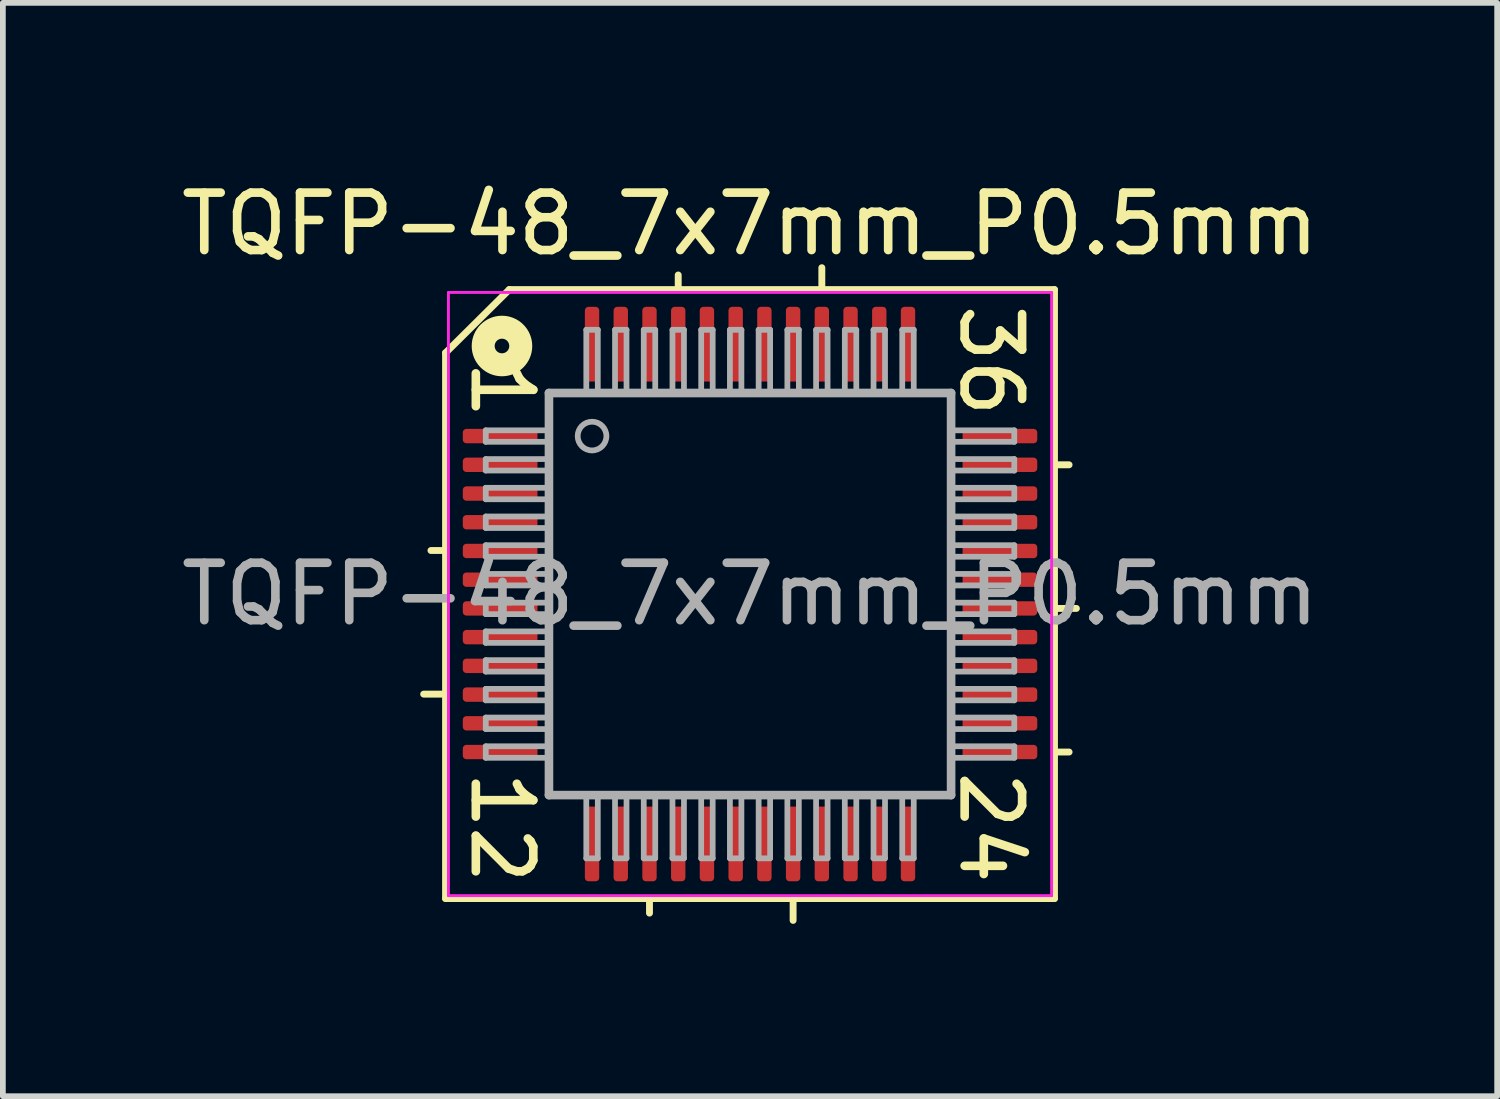
<source format=kicad_pcb>
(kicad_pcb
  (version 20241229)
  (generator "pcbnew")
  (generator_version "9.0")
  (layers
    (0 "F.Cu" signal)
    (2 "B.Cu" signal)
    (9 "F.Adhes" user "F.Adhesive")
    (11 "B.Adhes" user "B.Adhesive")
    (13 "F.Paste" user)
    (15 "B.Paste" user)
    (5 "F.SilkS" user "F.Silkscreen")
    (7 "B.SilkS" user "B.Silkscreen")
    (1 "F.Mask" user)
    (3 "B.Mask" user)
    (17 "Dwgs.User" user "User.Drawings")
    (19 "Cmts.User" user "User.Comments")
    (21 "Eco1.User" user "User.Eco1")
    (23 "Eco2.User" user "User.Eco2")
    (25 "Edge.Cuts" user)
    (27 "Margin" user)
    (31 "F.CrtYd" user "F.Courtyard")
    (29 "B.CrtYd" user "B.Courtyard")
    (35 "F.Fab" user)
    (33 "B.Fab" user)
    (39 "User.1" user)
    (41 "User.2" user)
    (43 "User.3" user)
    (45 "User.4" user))
  (footprint "TQFP-48_7x7mm_P0.5mm"
    (layer "F.Cu")
    (at 10.006 7.291)
    (property "Reference" "TQFP-48_7x7mm_P0.5mm" (at 0 -6.443 0) (layer "F.SilkS") (effects (font (size 1 1) (thickness 0.15))))
    (attr smd)
    (fp_line (start -5.3 -4.199) (end -5.3 5.3) (stroke (width 0.12) (type solid)) (layer "F.SilkS"))
    (fp_line (start -5.3 -0.758) (end -5.554 -0.758) (stroke (width 0.12) (type solid)) (layer "F.SilkS"))
    (fp_line (start -5.3 1.742) (end -5.681 1.742) (stroke (width 0.12) (type solid)) (layer "F.SilkS"))
    (fp_line (start -5.3 5.3) (end 5.3 5.3) (stroke (width 0.12) (type solid)) (layer "F.SilkS"))
    (fp_line (start -4.191 -5.3) (end -5.3 -4.199) (stroke (width 0.12) (type solid)) (layer "F.SilkS"))
    (fp_line (start -1.75 5.3) (end -1.75 5.554) (stroke (width 0.12) (type solid)) (layer "F.SilkS"))
    (fp_line (start -1.25 -5.3) (end -1.25 -5.554) (stroke (width 0.12) (type solid)) (layer "F.SilkS"))
    (fp_line (start 0.75 5.3) (end 0.75 5.681) (stroke (width 0.12) (type solid)) (layer "F.SilkS"))
    (fp_line (start 1.25 -5.3) (end 1.25 -5.681) (stroke (width 0.12) (type solid)) (layer "F.SilkS"))
    (fp_line (start 5.3 -5.3) (end -4.191 -5.3) (stroke (width 0.12) (type solid)) (layer "F.SilkS"))
    (fp_line (start 5.3 -2.25) (end 5.554 -2.25) (stroke (width 0.12) (type solid)) (layer "F.SilkS"))
    (fp_line (start 5.3 0.25) (end 5.681 0.25) (stroke (width 0.12) (type solid)) (layer "F.SilkS"))
    (fp_line (start 5.3 2.75) (end 5.554 2.75) (stroke (width 0.12) (type solid)) (layer "F.SilkS"))
    (fp_line (start 5.3 5.3) (end 5.3 -5.3) (stroke (width 0.12) (type solid)) (layer "F.SilkS"))
    (fp_circle (center -4.318 -4.318) (end -4.191 -4.318) (stroke (width 0.4) (type solid)) (fill no) (layer "F.SilkS"))
    (fp_line (start -5.25 -5.25) (end -5.25 5.25) (stroke (width 0.05) (type solid)) (layer "F.CrtYd"))
    (fp_line (start -5.25 -5.25) (end 5.25 -5.25) (stroke (width 0.05) (type solid)) (layer "F.CrtYd"))
    (fp_line (start -5.25 5.25) (end 5.25 5.25) (stroke (width 0.05) (type solid)) (layer "F.CrtYd"))
    (fp_line (start 5.25 -5.25) (end 5.25 5.25) (stroke (width 0.05) (type solid)) (layer "F.CrtYd"))
    (fp_line (start -4.6 -2.85) (end -4.6 -2.65) (stroke (width 0.1) (type solid)) (layer "F.Fab"))
    (fp_line (start -4.6 -2.85) (end -3.5 -2.85) (stroke (width 0.1) (type solid)) (layer "F.Fab"))
    (fp_line (start -4.6 -2.65) (end -3.5 -2.65) (stroke (width 0.1) (type solid)) (layer "F.Fab"))
    (fp_line (start -4.6 -2.35) (end -4.6 -2.15) (stroke (width 0.1) (type solid)) (layer "F.Fab"))
    (fp_line (start -4.6 -2.35) (end -3.5 -2.35) (stroke (width 0.1) (type solid)) (layer "F.Fab"))
    (fp_line (start -4.6 -2.15) (end -3.5 -2.15) (stroke (width 0.1) (type solid)) (layer "F.Fab"))
    (fp_line (start -4.6 -1.85) (end -4.6 -1.65) (stroke (width 0.1) (type solid)) (layer "F.Fab"))
    (fp_line (start -4.6 -1.85) (end -3.5 -1.85) (stroke (width 0.1) (type solid)) (layer "F.Fab"))
    (fp_line (start -4.6 -1.65) (end -3.5 -1.65) (stroke (width 0.1) (type solid)) (layer "F.Fab"))
    (fp_line (start -4.6 -1.35) (end -4.6 -1.15) (stroke (width 0.1) (type solid)) (layer "F.Fab"))
    (fp_line (start -4.6 -1.35) (end -3.5 -1.35) (stroke (width 0.1) (type solid)) (layer "F.Fab"))
    (fp_line (start -4.6 -1.15) (end -3.5 -1.15) (stroke (width 0.1) (type solid)) (layer "F.Fab"))
    (fp_line (start -4.6 -0.85) (end -4.6 -0.65) (stroke (width 0.1) (type solid)) (layer "F.Fab"))
    (fp_line (start -4.6 -0.85) (end -3.5 -0.85) (stroke (width 0.1) (type solid)) (layer "F.Fab"))
    (fp_line (start -4.6 -0.65) (end -3.5 -0.65) (stroke (width 0.1) (type solid)) (layer "F.Fab"))
    (fp_line (start -4.6 -0.35) (end -4.6 -0.15) (stroke (width 0.1) (type solid)) (layer "F.Fab"))
    (fp_line (start -4.6 -0.35) (end -3.5 -0.35) (stroke (width 0.1) (type solid)) (layer "F.Fab"))
    (fp_line (start -4.6 -0.15) (end -3.5 -0.15) (stroke (width 0.1) (type solid)) (layer "F.Fab"))
    (fp_line (start -4.6 0.15) (end -4.6 0.35) (stroke (width 0.1) (type solid)) (layer "F.Fab"))
    (fp_line (start -4.6 0.15) (end -3.5 0.15) (stroke (width 0.1) (type solid)) (layer "F.Fab"))
    (fp_line (start -4.6 0.35) (end -3.5 0.35) (stroke (width 0.1) (type solid)) (layer "F.Fab"))
    (fp_line (start -4.6 0.65) (end -4.6 0.85) (stroke (width 0.1) (type solid)) (layer "F.Fab"))
    (fp_line (start -4.6 0.65) (end -3.5 0.65) (stroke (width 0.1) (type solid)) (layer "F.Fab"))
    (fp_line (start -4.6 0.85) (end -3.5 0.85) (stroke (width 0.1) (type solid)) (layer "F.Fab"))
    (fp_line (start -4.6 1.15) (end -4.6 1.35) (stroke (width 0.1) (type solid)) (layer "F.Fab"))
    (fp_line (start -4.6 1.15) (end -3.5 1.15) (stroke (width 0.1) (type solid)) (layer "F.Fab"))
    (fp_line (start -4.6 1.35) (end -3.5 1.35) (stroke (width 0.1) (type solid)) (layer "F.Fab"))
    (fp_line (start -4.6 1.65) (end -4.6 1.85) (stroke (width 0.1) (type solid)) (layer "F.Fab"))
    (fp_line (start -4.6 1.65) (end -3.5 1.65) (stroke (width 0.1) (type solid)) (layer "F.Fab"))
    (fp_line (start -4.6 1.85) (end -3.5 1.85) (stroke (width 0.1) (type solid)) (layer "F.Fab"))
    (fp_line (start -4.6 2.15) (end -4.6 2.35) (stroke (width 0.1) (type solid)) (layer "F.Fab"))
    (fp_line (start -4.6 2.15) (end -3.5 2.15) (stroke (width 0.1) (type solid)) (layer "F.Fab"))
    (fp_line (start -4.6 2.35) (end -3.5 2.35) (stroke (width 0.1) (type solid)) (layer "F.Fab"))
    (fp_line (start -4.6 2.65) (end -4.6 2.85) (stroke (width 0.1) (type solid)) (layer "F.Fab"))
    (fp_line (start -4.6 2.65) (end -3.5 2.65) (stroke (width 0.1) (type solid)) (layer "F.Fab"))
    (fp_line (start -4.6 2.85) (end -3.5 2.85) (stroke (width 0.1) (type solid)) (layer "F.Fab"))
    (fp_line (start -3.5 -3.5) (end 3.5 -3.5) (stroke (width 0.15) (type solid)) (layer "F.Fab"))
    (fp_line (start -3.5 3.5) (end -3.5 -3.5) (stroke (width 0.15) (type solid)) (layer "F.Fab"))
    (fp_line (start -2.85 -4.6) (end -2.85 -3.5) (stroke (width 0.1) (type solid)) (layer "F.Fab"))
    (fp_line (start -2.85 4.6) (end -2.85 3.5) (stroke (width 0.1) (type solid)) (layer "F.Fab"))
    (fp_line (start -2.85 4.6) (end -2.65 4.6) (stroke (width 0.1) (type solid)) (layer "F.Fab"))
    (fp_line (start -2.65 -4.6) (end -2.85 -4.6) (stroke (width 0.1) (type solid)) (layer "F.Fab"))
    (fp_line (start -2.65 -4.6) (end -2.65 -3.5) (stroke (width 0.1) (type solid)) (layer "F.Fab"))
    (fp_line (start -2.65 4.6) (end -2.65 3.5) (stroke (width 0.1) (type solid)) (layer "F.Fab"))
    (fp_line (start -2.35 -4.6) (end -2.35 -3.5) (stroke (width 0.1) (type solid)) (layer "F.Fab"))
    (fp_line (start -2.35 4.6) (end -2.35 3.5) (stroke (width 0.1) (type solid)) (layer "F.Fab"))
    (fp_line (start -2.35 4.6) (end -2.15 4.6) (stroke (width 0.1) (type solid)) (layer "F.Fab"))
    (fp_line (start -2.15 -4.6) (end -2.35 -4.6) (stroke (width 0.1) (type solid)) (layer "F.Fab"))
    (fp_line (start -2.15 -4.6) (end -2.15 -3.5) (stroke (width 0.1) (type solid)) (layer "F.Fab"))
    (fp_line (start -2.15 4.6) (end -2.15 3.5) (stroke (width 0.1) (type solid)) (layer "F.Fab"))
    (fp_line (start -1.85 -4.6) (end -1.85 -3.5) (stroke (width 0.1) (type solid)) (layer "F.Fab"))
    (fp_line (start -1.85 4.6) (end -1.85 3.5) (stroke (width 0.1) (type solid)) (layer "F.Fab"))
    (fp_line (start -1.85 4.6) (end -1.65 4.6) (stroke (width 0.1) (type solid)) (layer "F.Fab"))
    (fp_line (start -1.65 -4.6) (end -1.85 -4.6) (stroke (width 0.1) (type solid)) (layer "F.Fab"))
    (fp_line (start -1.65 -4.6) (end -1.65 -3.5) (stroke (width 0.1) (type solid)) (layer "F.Fab"))
    (fp_line (start -1.65 4.6) (end -1.65 3.5) (stroke (width 0.1) (type solid)) (layer "F.Fab"))
    (fp_line (start -1.35 -4.6) (end -1.35 -3.5) (stroke (width 0.1) (type solid)) (layer "F.Fab"))
    (fp_line (start -1.35 4.6) (end -1.35 3.5) (stroke (width 0.1) (type solid)) (layer "F.Fab"))
    (fp_line (start -1.35 4.6) (end -1.15 4.6) (stroke (width 0.1) (type solid)) (layer "F.Fab"))
    (fp_line (start -1.15 -4.6) (end -1.35 -4.6) (stroke (width 0.1) (type solid)) (layer "F.Fab"))
    (fp_line (start -1.15 -4.6) (end -1.15 -3.5) (stroke (width 0.1) (type solid)) (layer "F.Fab"))
    (fp_line (start -1.15 4.6) (end -1.15 3.5) (stroke (width 0.1) (type solid)) (layer "F.Fab"))
    (fp_line (start -0.85 -4.6) (end -0.85 -3.5) (stroke (width 0.1) (type solid)) (layer "F.Fab"))
    (fp_line (start -0.85 4.6) (end -0.85 3.5) (stroke (width 0.1) (type solid)) (layer "F.Fab"))
    (fp_line (start -0.85 4.6) (end -0.65 4.6) (stroke (width 0.1) (type solid)) (layer "F.Fab"))
    (fp_line (start -0.65 -4.6) (end -0.85 -4.6) (stroke (width 0.1) (type solid)) (layer "F.Fab"))
    (fp_line (start -0.65 -4.6) (end -0.65 -3.5) (stroke (width 0.1) (type solid)) (layer "F.Fab"))
    (fp_line (start -0.65 4.6) (end -0.65 3.5) (stroke (width 0.1) (type solid)) (layer "F.Fab"))
    (fp_line (start -0.35 -4.6) (end -0.35 -3.5) (stroke (width 0.1) (type solid)) (layer "F.Fab"))
    (fp_line (start -0.35 4.6) (end -0.35 3.5) (stroke (width 0.1) (type solid)) (layer "F.Fab"))
    (fp_line (start -0.35 4.6) (end -0.15 4.6) (stroke (width 0.1) (type solid)) (layer "F.Fab"))
    (fp_line (start -0.15 -4.6) (end -0.35 -4.6) (stroke (width 0.1) (type solid)) (layer "F.Fab"))
    (fp_line (start -0.15 -4.6) (end -0.15 -3.5) (stroke (width 0.1) (type solid)) (layer "F.Fab"))
    (fp_line (start -0.15 4.6) (end -0.15 3.5) (stroke (width 0.1) (type solid)) (layer "F.Fab"))
    (fp_line (start 0.15 -4.6) (end 0.15 -3.5) (stroke (width 0.1) (type solid)) (layer "F.Fab"))
    (fp_line (start 0.15 4.6) (end 0.15 3.5) (stroke (width 0.1) (type solid)) (layer "F.Fab"))
    (fp_line (start 0.15 4.6) (end 0.35 4.6) (stroke (width 0.1) (type solid)) (layer "F.Fab"))
    (fp_line (start 0.35 -4.6) (end 0.15 -4.6) (stroke (width 0.1) (type solid)) (layer "F.Fab"))
    (fp_line (start 0.35 -4.6) (end 0.35 -3.5) (stroke (width 0.1) (type solid)) (layer "F.Fab"))
    (fp_line (start 0.35 4.6) (end 0.35 3.5) (stroke (width 0.1) (type solid)) (layer "F.Fab"))
    (fp_line (start 0.65 -4.6) (end 0.65 -3.5) (stroke (width 0.1) (type solid)) (layer "F.Fab"))
    (fp_line (start 0.65 4.6) (end 0.65 3.5) (stroke (width 0.1) (type solid)) (layer "F.Fab"))
    (fp_line (start 0.65 4.6) (end 0.85 4.6) (stroke (width 0.1) (type solid)) (layer "F.Fab"))
    (fp_line (start 0.85 -4.6) (end 0.65 -4.6) (stroke (width 0.1) (type solid)) (layer "F.Fab"))
    (fp_line (start 0.85 -4.6) (end 0.85 -3.5) (stroke (width 0.1) (type solid)) (layer "F.Fab"))
    (fp_line (start 0.85 4.6) (end 0.85 3.5) (stroke (width 0.1) (type solid)) (layer "F.Fab"))
    (fp_line (start 1.15 -4.6) (end 1.15 -3.5) (stroke (width 0.1) (type solid)) (layer "F.Fab"))
    (fp_line (start 1.15 4.6) (end 1.15 3.5) (stroke (width 0.1) (type solid)) (layer "F.Fab"))
    (fp_line (start 1.15 4.6) (end 1.35 4.6) (stroke (width 0.1) (type solid)) (layer "F.Fab"))
    (fp_line (start 1.35 -4.6) (end 1.15 -4.6) (stroke (width 0.1) (type solid)) (layer "F.Fab"))
    (fp_line (start 1.35 -4.6) (end 1.35 -3.5) (stroke (width 0.1) (type solid)) (layer "F.Fab"))
    (fp_line (start 1.35 4.6) (end 1.35 3.5) (stroke (width 0.1) (type solid)) (layer "F.Fab"))
    (fp_line (start 1.65 -4.6) (end 1.65 -3.5) (stroke (width 0.1) (type solid)) (layer "F.Fab"))
    (fp_line (start 1.65 4.6) (end 1.65 3.5) (stroke (width 0.1) (type solid)) (layer "F.Fab"))
    (fp_line (start 1.65 4.6) (end 1.85 4.6) (stroke (width 0.1) (type solid)) (layer "F.Fab"))
    (fp_line (start 1.85 -4.6) (end 1.65 -4.6) (stroke (width 0.1) (type solid)) (layer "F.Fab"))
    (fp_line (start 1.85 -4.6) (end 1.85 -3.5) (stroke (width 0.1) (type solid)) (layer "F.Fab"))
    (fp_line (start 1.85 4.6) (end 1.85 3.5) (stroke (width 0.1) (type solid)) (layer "F.Fab"))
    (fp_line (start 2.15 -4.6) (end 2.15 -3.5) (stroke (width 0.1) (type solid)) (layer "F.Fab"))
    (fp_line (start 2.15 4.6) (end 2.15 3.5) (stroke (width 0.1) (type solid)) (layer "F.Fab"))
    (fp_line (start 2.15 4.6) (end 2.35 4.6) (stroke (width 0.1) (type solid)) (layer "F.Fab"))
    (fp_line (start 2.35 -4.6) (end 2.15 -4.6) (stroke (width 0.1) (type solid)) (layer "F.Fab"))
    (fp_line (start 2.35 -4.6) (end 2.35 -3.5) (stroke (width 0.1) (type solid)) (layer "F.Fab"))
    (fp_line (start 2.35 4.6) (end 2.35 3.5) (stroke (width 0.1) (type solid)) (layer "F.Fab"))
    (fp_line (start 2.65 -4.6) (end 2.65 -3.5) (stroke (width 0.1) (type solid)) (layer "F.Fab"))
    (fp_line (start 2.65 4.6) (end 2.65 3.5) (stroke (width 0.1) (type solid)) (layer "F.Fab"))
    (fp_line (start 2.65 4.6) (end 2.85 4.6) (stroke (width 0.1) (type solid)) (layer "F.Fab"))
    (fp_line (start 2.85 -4.6) (end 2.65 -4.6) (stroke (width 0.1) (type solid)) (layer "F.Fab"))
    (fp_line (start 2.85 -4.6) (end 2.85 -3.5) (stroke (width 0.1) (type solid)) (layer "F.Fab"))
    (fp_line (start 2.85 4.6) (end 2.85 3.5) (stroke (width 0.1) (type solid)) (layer "F.Fab"))
    (fp_line (start 3.5 -3.5) (end 3.5 3.5) (stroke (width 0.15) (type solid)) (layer "F.Fab"))
    (fp_line (start 3.5 3.5) (end -3.5 3.5) (stroke (width 0.15) (type solid)) (layer "F.Fab"))
    (fp_line (start 4.6 -2.85) (end 3.5 -2.85) (stroke (width 0.1) (type solid)) (layer "F.Fab"))
    (fp_line (start 4.6 -2.65) (end 3.5 -2.65) (stroke (width 0.1) (type solid)) (layer "F.Fab"))
    (fp_line (start 4.6 -2.65) (end 4.6 -2.85) (stroke (width 0.1) (type solid)) (layer "F.Fab"))
    (fp_line (start 4.6 -2.35) (end 3.5 -2.35) (stroke (width 0.1) (type solid)) (layer "F.Fab"))
    (fp_line (start 4.6 -2.15) (end 3.5 -2.15) (stroke (width 0.1) (type solid)) (layer "F.Fab"))
    (fp_line (start 4.6 -2.15) (end 4.6 -2.35) (stroke (width 0.1) (type solid)) (layer "F.Fab"))
    (fp_line (start 4.6 -1.85) (end 3.5 -1.85) (stroke (width 0.1) (type solid)) (layer "F.Fab"))
    (fp_line (start 4.6 -1.65) (end 3.5 -1.65) (stroke (width 0.1) (type solid)) (layer "F.Fab"))
    (fp_line (start 4.6 -1.65) (end 4.6 -1.85) (stroke (width 0.1) (type solid)) (layer "F.Fab"))
    (fp_line (start 4.6 -1.35) (end 3.5 -1.35) (stroke (width 0.1) (type solid)) (layer "F.Fab"))
    (fp_line (start 4.6 -1.15) (end 3.5 -1.15) (stroke (width 0.1) (type solid)) (layer "F.Fab"))
    (fp_line (start 4.6 -1.15) (end 4.6 -1.35) (stroke (width 0.1) (type solid)) (layer "F.Fab"))
    (fp_line (start 4.6 -0.85) (end 3.5 -0.85) (stroke (width 0.1) (type solid)) (layer "F.Fab"))
    (fp_line (start 4.6 -0.65) (end 3.5 -0.65) (stroke (width 0.1) (type solid)) (layer "F.Fab"))
    (fp_line (start 4.6 -0.65) (end 4.6 -0.85) (stroke (width 0.1) (type solid)) (layer "F.Fab"))
    (fp_line (start 4.6 -0.35) (end 3.5 -0.35) (stroke (width 0.1) (type solid)) (layer "F.Fab"))
    (fp_line (start 4.6 -0.15) (end 3.5 -0.15) (stroke (width 0.1) (type solid)) (layer "F.Fab"))
    (fp_line (start 4.6 -0.15) (end 4.6 -0.35) (stroke (width 0.1) (type solid)) (layer "F.Fab"))
    (fp_line (start 4.6 0.15) (end 3.5 0.15) (stroke (width 0.1) (type solid)) (layer "F.Fab"))
    (fp_line (start 4.6 0.35) (end 3.5 0.35) (stroke (width 0.1) (type solid)) (layer "F.Fab"))
    (fp_line (start 4.6 0.35) (end 4.6 0.15) (stroke (width 0.1) (type solid)) (layer "F.Fab"))
    (fp_line (start 4.6 0.65) (end 3.5 0.65) (stroke (width 0.1) (type solid)) (layer "F.Fab"))
    (fp_line (start 4.6 0.85) (end 3.5 0.85) (stroke (width 0.1) (type solid)) (layer "F.Fab"))
    (fp_line (start 4.6 0.85) (end 4.6 0.65) (stroke (width 0.1) (type solid)) (layer "F.Fab"))
    (fp_line (start 4.6 1.15) (end 3.5 1.15) (stroke (width 0.1) (type solid)) (layer "F.Fab"))
    (fp_line (start 4.6 1.35) (end 3.5 1.35) (stroke (width 0.1) (type solid)) (layer "F.Fab"))
    (fp_line (start 4.6 1.35) (end 4.6 1.15) (stroke (width 0.1) (type solid)) (layer "F.Fab"))
    (fp_line (start 4.6 1.65) (end 3.5 1.65) (stroke (width 0.1) (type solid)) (layer "F.Fab"))
    (fp_line (start 4.6 1.85) (end 3.5 1.85) (stroke (width 0.1) (type solid)) (layer "F.Fab"))
    (fp_line (start 4.6 1.85) (end 4.6 1.65) (stroke (width 0.1) (type solid)) (layer "F.Fab"))
    (fp_line (start 4.6 2.15) (end 3.5 2.15) (stroke (width 0.1) (type solid)) (layer "F.Fab"))
    (fp_line (start 4.6 2.35) (end 3.5 2.35) (stroke (width 0.1) (type solid)) (layer "F.Fab"))
    (fp_line (start 4.6 2.35) (end 4.6 2.15) (stroke (width 0.1) (type solid)) (layer "F.Fab"))
    (fp_line (start 4.6 2.65) (end 3.5 2.65) (stroke (width 0.1) (type solid)) (layer "F.Fab"))
    (fp_line (start 4.6 2.85) (end 3.5 2.85) (stroke (width 0.1) (type solid)) (layer "F.Fab"))
    (fp_line (start 4.6 2.85) (end 4.6 2.65) (stroke (width 0.1) (type solid)) (layer "F.Fab"))
    (fp_circle (center -2.75 -2.75) (end -2.5 -2.75) (stroke (width 0.1) (type solid)) (fill no) (layer "F.Fab"))
    (fp_text user "12" (at -4.318 4.064 270) (unlocked yes) (layer "F.SilkS") (effects (font (size 1 1) (thickness 0.15))))
    (fp_text user "24" (at 4.191 4.064 270) (unlocked yes) (layer "F.SilkS") (effects (font (size 1 1) (thickness 0.15))))
    (fp_text user "36" (at 4.191 -4.064 270) (unlocked yes) (layer "F.SilkS") (effects (font (size 1 1) (thickness 0.15))))
    (fp_text user "1" (at -4.318 -3.556 270) (unlocked yes) (layer "F.SilkS") (effects (font (size 1 1) (thickness 0.15))))
    (fp_text user "${REFERENCE}" (at 0 0 0) (layer "F.Fab") (effects (font (size 1 1) (thickness 0.15))))
    (pad "1" smd roundrect (at -4.35 -2.75) (size 1.3 0.25) (layers "F.Cu" "F.Mask" "F.Paste") (roundrect_rratio 0.25))
    (pad "2" smd roundrect (at -4.35 -2.25) (size 1.3 0.25) (layers "F.Cu" "F.Mask" "F.Paste") (roundrect_rratio 0.25))
    (pad "3" smd roundrect (at -4.35 -1.75) (size 1.3 0.25) (layers "F.Cu" "F.Mask" "F.Paste") (roundrect_rratio 0.25))
    (pad "4" smd roundrect (at -4.35 -1.25) (size 1.3 0.25) (layers "F.Cu" "F.Mask" "F.Paste") (roundrect_rratio 0.25))
    (pad "5" smd roundrect (at -4.35 -0.75) (size 1.3 0.25) (layers "F.Cu" "F.Mask" "F.Paste") (roundrect_rratio 0.25))
    (pad "6" smd roundrect (at -4.35 -0.25) (size 1.3 0.25) (layers "F.Cu" "F.Mask" "F.Paste") (roundrect_rratio 0.25))
    (pad "7" smd roundrect (at -4.35 0.25) (size 1.3 0.25) (layers "F.Cu" "F.Mask" "F.Paste") (roundrect_rratio 0.25))
    (pad "8" smd roundrect (at -4.35 0.75) (size 1.3 0.25) (layers "F.Cu" "F.Mask" "F.Paste") (roundrect_rratio 0.25))
    (pad "9" smd roundrect (at -4.35 1.25) (size 1.3 0.25) (layers "F.Cu" "F.Mask" "F.Paste") (roundrect_rratio 0.25))
    (pad "10" smd roundrect (at -4.35 1.75) (size 1.3 0.25) (layers "F.Cu" "F.Mask" "F.Paste") (roundrect_rratio 0.25))
    (pad "11" smd roundrect (at -4.35 2.25) (size 1.3 0.25) (layers "F.Cu" "F.Mask" "F.Paste") (roundrect_rratio 0.25))
    (pad "12" smd roundrect (at -4.35 2.75) (size 1.3 0.25) (layers "F.Cu" "F.Mask" "F.Paste") (roundrect_rratio 0.25))
    (pad "13" smd roundrect (at -2.75 4.35 90) (size 1.3 0.25) (layers "F.Cu" "F.Mask" "F.Paste") (roundrect_rratio 0.25))
    (pad "14" smd roundrect (at -2.25 4.35 90) (size 1.3 0.25) (layers "F.Cu" "F.Mask" "F.Paste") (roundrect_rratio 0.25))
    (pad "15" smd roundrect (at -1.75 4.35 90) (size 1.3 0.25) (layers "F.Cu" "F.Mask" "F.Paste") (roundrect_rratio 0.25))
    (pad "16" smd roundrect (at -1.25 4.35 90) (size 1.3 0.25) (layers "F.Cu" "F.Mask" "F.Paste") (roundrect_rratio 0.25))
    (pad "17" smd roundrect (at -0.75 4.35 90) (size 1.3 0.25) (layers "F.Cu" "F.Mask" "F.Paste") (roundrect_rratio 0.25))
    (pad "18" smd roundrect (at -0.25 4.35 90) (size 1.3 0.25) (layers "F.Cu" "F.Mask" "F.Paste") (roundrect_rratio 0.25))
    (pad "19" smd roundrect (at 0.25 4.35 90) (size 1.3 0.25) (layers "F.Cu" "F.Mask" "F.Paste") (roundrect_rratio 0.25))
    (pad "20" smd roundrect (at 0.75 4.35 90) (size 1.3 0.25) (layers "F.Cu" "F.Mask" "F.Paste") (roundrect_rratio 0.25))
    (pad "21" smd roundrect (at 1.25 4.35 90) (size 1.3 0.25) (layers "F.Cu" "F.Mask" "F.Paste") (roundrect_rratio 0.25))
    (pad "22" smd roundrect (at 1.75 4.35 90) (size 1.3 0.25) (layers "F.Cu" "F.Mask" "F.Paste") (roundrect_rratio 0.25))
    (pad "23" smd roundrect (at 2.25 4.35 90) (size 1.3 0.25) (layers "F.Cu" "F.Mask" "F.Paste") (roundrect_rratio 0.25))
    (pad "24" smd roundrect (at 2.75 4.35 90) (size 1.3 0.25) (layers "F.Cu" "F.Mask" "F.Paste") (roundrect_rratio 0.25))
    (pad "25" smd roundrect (at 4.35 2.75) (size 1.3 0.25) (layers "F.Cu" "F.Mask" "F.Paste") (roundrect_rratio 0.25))
    (pad "26" smd roundrect (at 4.35 2.25) (size 1.3 0.25) (layers "F.Cu" "F.Mask" "F.Paste") (roundrect_rratio 0.25))
    (pad "27" smd roundrect (at 4.35 1.75) (size 1.3 0.25) (layers "F.Cu" "F.Mask" "F.Paste") (roundrect_rratio 0.25))
    (pad "28" smd roundrect (at 4.35 1.25) (size 1.3 0.25) (layers "F.Cu" "F.Mask" "F.Paste") (roundrect_rratio 0.25))
    (pad "29" smd roundrect (at 4.35 0.75) (size 1.3 0.25) (layers "F.Cu" "F.Mask" "F.Paste") (roundrect_rratio 0.25))
    (pad "30" smd roundrect (at 4.35 0.25) (size 1.3 0.25) (layers "F.Cu" "F.Mask" "F.Paste") (roundrect_rratio 0.25))
    (pad "31" smd roundrect (at 4.35 -0.25) (size 1.3 0.25) (layers "F.Cu" "F.Mask" "F.Paste") (roundrect_rratio 0.25))
    (pad "32" smd roundrect (at 4.35 -0.75) (size 1.3 0.25) (layers "F.Cu" "F.Mask" "F.Paste") (roundrect_rratio 0.25))
    (pad "33" smd roundrect (at 4.35 -1.25) (size 1.3 0.25) (layers "F.Cu" "F.Mask" "F.Paste") (roundrect_rratio 0.25))
    (pad "34" smd roundrect (at 4.35 -1.75) (size 1.3 0.25) (layers "F.Cu" "F.Mask" "F.Paste") (roundrect_rratio 0.25))
    (pad "35" smd roundrect (at 4.35 -2.25) (size 1.3 0.25) (layers "F.Cu" "F.Mask" "F.Paste") (roundrect_rratio 0.25))
    (pad "36" smd roundrect (at 4.35 -2.75) (size 1.3 0.25) (layers "F.Cu" "F.Mask" "F.Paste") (roundrect_rratio 0.25))
    (pad "37" smd roundrect (at 2.75 -4.35 90) (size 1.3 0.25) (layers "F.Cu" "F.Mask" "F.Paste") (roundrect_rratio 0.25))
    (pad "38" smd roundrect (at 2.25 -4.35 90) (size 1.3 0.25) (layers "F.Cu" "F.Mask" "F.Paste") (roundrect_rratio 0.25))
    (pad "39" smd roundrect (at 1.75 -4.35 90) (size 1.3 0.25) (layers "F.Cu" "F.Mask" "F.Paste") (roundrect_rratio 0.25))
    (pad "40" smd roundrect (at 1.25 -4.35 90) (size 1.3 0.25) (layers "F.Cu" "F.Mask" "F.Paste") (roundrect_rratio 0.25))
    (pad "41" smd roundrect (at 0.75 -4.35 90) (size 1.3 0.25) (layers "F.Cu" "F.Mask" "F.Paste") (roundrect_rratio 0.25))
    (pad "42" smd roundrect (at 0.25 -4.35 90) (size 1.3 0.25) (layers "F.Cu" "F.Mask" "F.Paste") (roundrect_rratio 0.25))
    (pad "43" smd roundrect (at -0.25 -4.35 90) (size 1.3 0.25) (layers "F.Cu" "F.Mask" "F.Paste") (roundrect_rratio 0.25))
    (pad "44" smd roundrect (at -0.75 -4.35 90) (size 1.3 0.25) (layers "F.Cu" "F.Mask" "F.Paste") (roundrect_rratio 0.25))
    (pad "45" smd roundrect (at -1.25 -4.35 90) (size 1.3 0.25) (layers "F.Cu" "F.Mask" "F.Paste") (roundrect_rratio 0.25))
    (pad "46" smd roundrect (at -1.75 -4.35 90) (size 1.3 0.25) (layers "F.Cu" "F.Mask" "F.Paste") (roundrect_rratio 0.25))
    (pad "47" smd roundrect (at -2.25 -4.35 90) (size 1.3 0.25) (layers "F.Cu" "F.Mask" "F.Paste") (roundrect_rratio 0.25))
    (pad "48" smd roundrect (at -2.75 -4.35 90) (size 1.3 0.25) (layers "F.Cu" "F.Mask" "F.Paste") (roundrect_rratio 0.25)))
  (gr_rect
    (start -3 -3)
    (end 23.012 16.032)
    (stroke (width 0.1) (type default))
    (fill no)
    (layer "Edge.Cuts")))
</source>
